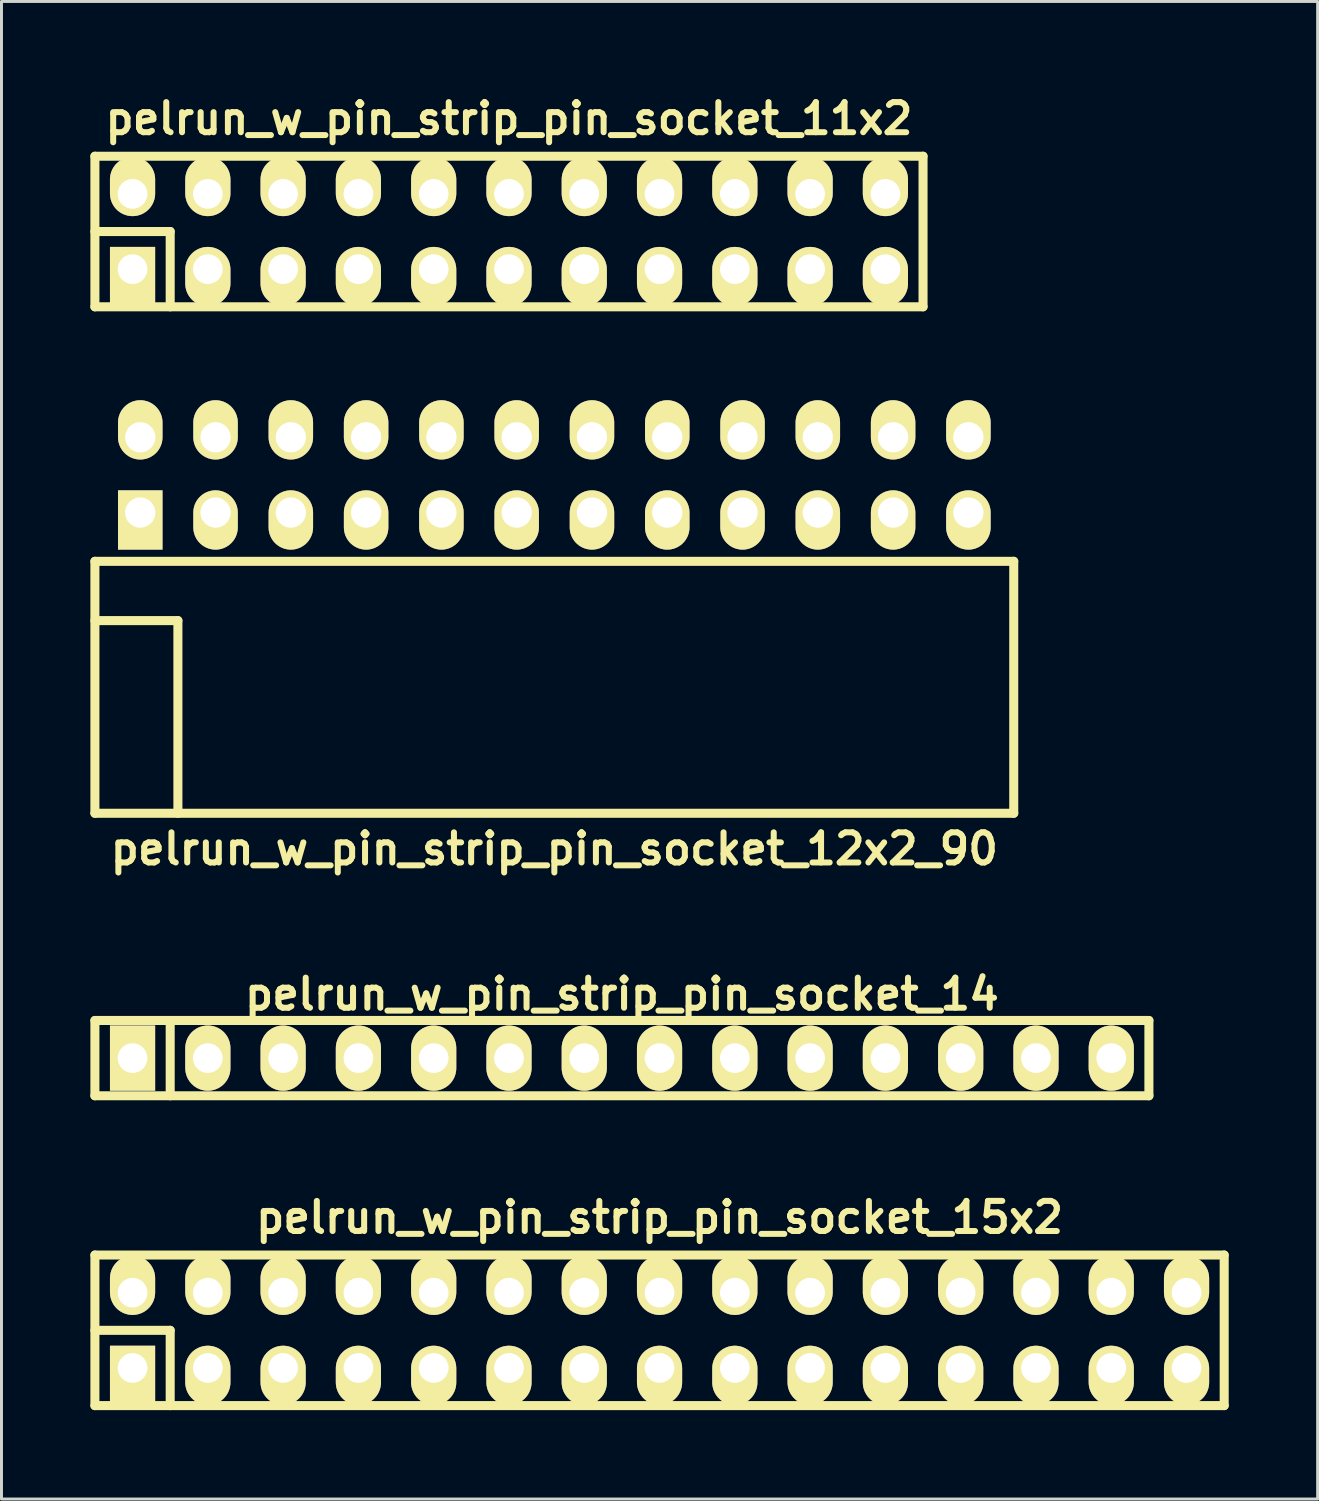
<source format=kicad_pcb>
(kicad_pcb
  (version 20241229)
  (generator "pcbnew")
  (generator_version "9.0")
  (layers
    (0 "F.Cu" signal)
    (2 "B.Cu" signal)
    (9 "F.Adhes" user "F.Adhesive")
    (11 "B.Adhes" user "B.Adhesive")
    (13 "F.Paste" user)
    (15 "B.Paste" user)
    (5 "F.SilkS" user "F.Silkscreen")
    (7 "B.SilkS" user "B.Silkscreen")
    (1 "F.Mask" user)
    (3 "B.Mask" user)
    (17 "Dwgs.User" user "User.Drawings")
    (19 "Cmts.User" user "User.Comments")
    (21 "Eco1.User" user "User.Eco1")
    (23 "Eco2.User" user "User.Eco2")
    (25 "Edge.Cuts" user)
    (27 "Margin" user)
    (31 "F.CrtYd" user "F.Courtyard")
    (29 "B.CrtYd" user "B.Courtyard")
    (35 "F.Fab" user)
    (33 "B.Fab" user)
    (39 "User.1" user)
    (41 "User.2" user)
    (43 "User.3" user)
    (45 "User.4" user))
  (footprint "pelrun_w_pin_strip_pin_socket_14"
    (layer "F.Cu")
    (at 17.932 32.649)
    (property "Reference" "pelrun_w_pin_strip_pin_socket_14" (at 0 -2.159 0) (layer "F.SilkS") (effects (font (size 1.016 1.016) (thickness 0.203))))
    (attr through_hole)
    (fp_line (start -17.78 -1.27) (end 17.78 -1.27) (stroke (width 0.305) (type solid)) (layer "F.SilkS"))
    (fp_line (start -17.78 1.27) (end -17.78 -1.27) (stroke (width 0.305) (type solid)) (layer "F.SilkS"))
    (fp_line (start -15.24 -1.27) (end -15.24 1.27) (stroke (width 0.305) (type solid)) (layer "F.SilkS"))
    (fp_line (start 17.78 -1.27) (end 17.78 1.27) (stroke (width 0.305) (type solid)) (layer "F.SilkS"))
    (fp_line (start 17.78 1.27) (end -17.78 1.27) (stroke (width 0.305) (type solid)) (layer "F.SilkS"))
    (pad "1" thru_hole rect (at -16.51 0) (size 1.524 2.2) (drill 1.001) (layers "*.Cu" "*.Mask" "F.SilkS"))
    (pad "2" thru_hole oval (at -13.97 0) (size 1.524 2.2) (drill 1.001) (layers "*.Cu" "*.Mask" "F.SilkS"))
    (pad "3" thru_hole oval (at -11.43 0) (size 1.524 2.2) (drill 1.001) (layers "*.Cu" "*.Mask" "F.SilkS"))
    (pad "4" thru_hole oval (at -8.89 0) (size 1.524 2.2) (drill 1.001) (layers "*.Cu" "*.Mask" "F.SilkS"))
    (pad "5" thru_hole oval (at -6.35 0) (size 1.524 2.2) (drill 1.001) (layers "*.Cu" "*.Mask" "F.SilkS"))
    (pad "6" thru_hole oval (at -3.81 0) (size 1.524 2.2) (drill 1.001) (layers "*.Cu" "*.Mask" "F.SilkS"))
    (pad "7" thru_hole oval (at -1.27 0) (size 1.524 2.2) (drill 1.001) (layers "*.Cu" "*.Mask" "F.SilkS"))
    (pad "8" thru_hole oval (at 1.27 0) (size 1.524 2.2) (drill 1.001) (layers "*.Cu" "*.Mask" "F.SilkS"))
    (pad "9" thru_hole oval (at 3.81 0) (size 1.524 2.2) (drill 1.001) (layers "*.Cu" "*.Mask" "F.SilkS"))
    (pad "10" thru_hole oval (at 6.35 0) (size 1.524 2.2) (drill 1.001) (layers "*.Cu" "*.Mask" "F.SilkS"))
    (pad "11" thru_hole oval (at 8.89 0) (size 1.524 2.2) (drill 1.001) (layers "*.Cu" "*.Mask" "F.SilkS"))
    (pad "12" thru_hole oval (at 11.43 0) (size 1.524 2.2) (drill 1.001) (layers "*.Cu" "*.Mask" "F.SilkS"))
    (pad "13" thru_hole oval (at 13.97 0) (size 1.524 2.2) (drill 1.001) (layers "*.Cu" "*.Mask" "F.SilkS"))
    (pad "14" thru_hole oval (at 16.51 0) (size 1.524 2.2) (drill 1.001) (layers "*.Cu" "*.Mask" "F.SilkS")))
  (footprint "pelrun_w_pin_strip_pin_socket_12x2_90"
    (layer "F.Cu")
    (at 15.652 17.888)
    (property "Reference" "pelrun_w_pin_strip_pin_socket_12x2_90" (at 0 7.7 0) (layer "F.SilkS") (effects (font (size 1.016 1.016) (thickness 0.203))))
    (attr through_hole)
    (fp_line (start -15.5 -2) (end -15.5 6.5) (stroke (width 0.305) (type solid)) (layer "F.SilkS"))
    (fp_line (start -15.5 -2) (end 15.5 -2) (stroke (width 0.305) (type solid)) (layer "F.SilkS"))
    (fp_line (start -15.5 0) (end -12.7 0) (stroke (width 0.305) (type solid)) (layer "F.SilkS"))
    (fp_line (start -15.5 6.5) (end 15.5 6.5) (stroke (width 0.305) (type solid)) (layer "F.SilkS"))
    (fp_line (start -12.7 0) (end -12.7 6.5) (stroke (width 0.305) (type solid)) (layer "F.SilkS"))
    (fp_line (start 15.5 -2) (end 15.5 6.5) (stroke (width 0.305) (type solid)) (layer "F.SilkS"))
    (pad "1" thru_hole rect (at -13.97 -3.645) (size 1.5 2) (drill 1.02 (offset 0 0.25)) (layers "*.Cu" "*.Mask" "F.SilkS"))
    (pad "2" thru_hole oval (at -13.97 -6.185) (size 1.5 2) (drill 1.02 (offset 0 -0.25)) (layers "*.Cu" "*.Mask" "F.SilkS"))
    (pad "3" thru_hole oval (at -11.43 -3.645) (size 1.5 2) (drill 1.02 (offset 0 0.25)) (layers "*.Cu" "*.Mask" "F.SilkS"))
    (pad "4" thru_hole oval (at -11.43 -6.185) (size 1.5 2) (drill 1.02 (offset 0 -0.25)) (layers "*.Cu" "*.Mask" "F.SilkS"))
    (pad "5" thru_hole oval (at -8.89 -3.645) (size 1.5 2) (drill 1.02 (offset 0 0.25)) (layers "*.Cu" "*.Mask" "F.SilkS"))
    (pad "6" thru_hole oval (at -8.89 -6.185) (size 1.5 2) (drill 1.02 (offset 0 -0.25)) (layers "*.Cu" "*.Mask" "F.SilkS"))
    (pad "7" thru_hole oval (at -6.35 -3.645) (size 1.5 2) (drill 1.02 (offset 0 0.25)) (layers "*.Cu" "*.Mask" "F.SilkS"))
    (pad "8" thru_hole oval (at -6.35 -6.185) (size 1.5 2) (drill 1.02 (offset 0 -0.25)) (layers "*.Cu" "*.Mask" "F.SilkS"))
    (pad "9" thru_hole oval (at -3.81 -3.645) (size 1.5 2) (drill 1.02 (offset 0 0.25)) (layers "*.Cu" "*.Mask" "F.SilkS"))
    (pad "10" thru_hole oval (at -3.81 -6.185) (size 1.5 2) (drill 1.02 (offset 0 -0.25)) (layers "*.Cu" "*.Mask" "F.SilkS"))
    (pad "11" thru_hole oval (at -1.27 -3.645) (size 1.5 2) (drill 1.02 (offset 0 0.25)) (layers "*.Cu" "*.Mask" "F.SilkS"))
    (pad "12" thru_hole oval (at -1.27 -6.185) (size 1.5 2) (drill 1.02 (offset 0 -0.25)) (layers "*.Cu" "*.Mask" "F.SilkS"))
    (pad "13" thru_hole oval (at 1.27 -3.645) (size 1.5 2) (drill 1.02 (offset 0 0.25)) (layers "*.Cu" "*.Mask" "F.SilkS"))
    (pad "14" thru_hole oval (at 1.27 -6.185) (size 1.5 2) (drill 1.02 (offset 0 -0.25)) (layers "*.Cu" "*.Mask" "F.SilkS"))
    (pad "15" thru_hole oval (at 3.81 -3.645) (size 1.5 2) (drill 1.02 (offset 0 0.25)) (layers "*.Cu" "*.Mask" "F.SilkS"))
    (pad "16" thru_hole oval (at 3.81 -6.185) (size 1.5 2) (drill 1.02 (offset 0 -0.25)) (layers "*.Cu" "*.Mask" "F.SilkS"))
    (pad "17" thru_hole oval (at 6.35 -3.645) (size 1.5 2) (drill 1.02 (offset 0 0.25)) (layers "*.Cu" "*.Mask" "F.SilkS"))
    (pad "18" thru_hole oval (at 6.35 -6.185) (size 1.5 2) (drill 1.02 (offset 0 -0.25)) (layers "*.Cu" "*.Mask" "F.SilkS"))
    (pad "19" thru_hole oval (at 8.89 -3.645) (size 1.5 2) (drill 1.02 (offset 0 0.25)) (layers "*.Cu" "*.Mask" "F.SilkS"))
    (pad "20" thru_hole oval (at 8.89 -6.185) (size 1.5 2) (drill 1.02 (offset 0 -0.25)) (layers "*.Cu" "*.Mask" "F.SilkS"))
    (pad "21" thru_hole oval (at 11.43 -3.645) (size 1.5 2) (drill 1.02 (offset 0 0.25)) (layers "*.Cu" "*.Mask" "F.SilkS"))
    (pad "22" thru_hole oval (at 11.43 -6.185) (size 1.5 2) (drill 1.02 (offset 0 -0.25)) (layers "*.Cu" "*.Mask" "F.SilkS"))
    (pad "23" thru_hole oval (at 13.97 -3.645) (size 1.5 2) (drill 1.02 (offset 0 0.25)) (layers "*.Cu" "*.Mask" "F.SilkS"))
    (pad "24" thru_hole oval (at 13.97 -6.185) (size 1.5 2) (drill 1.02 (offset 0 -0.25)) (layers "*.Cu" "*.Mask" "F.SilkS")))
  (footprint "pelrun_w_pin_strip_pin_socket_15x2"
    (layer "F.Cu")
    (at 19.202 41.833)
    (property "Reference" "pelrun_w_pin_strip_pin_socket_15x2" (at 0 -3.81 0) (layer "F.SilkS") (effects (font (size 1.016 1.016) (thickness 0.203))))
    (attr through_hole)
    (fp_line (start -19.05 -2.54) (end -19.05 2.54) (stroke (width 0.305) (type solid)) (layer "F.SilkS"))
    (fp_line (start -19.05 -2.54) (end 19.05 -2.54) (stroke (width 0.305) (type solid)) (layer "F.SilkS"))
    (fp_line (start -19.05 0) (end -16.51 0) (stroke (width 0.305) (type solid)) (layer "F.SilkS"))
    (fp_line (start -16.51 0) (end -16.51 2.54) (stroke (width 0.305) (type solid)) (layer "F.SilkS"))
    (fp_line (start 19.05 2.54) (end -19.05 2.54) (stroke (width 0.305) (type solid)) (layer "F.SilkS"))
    (fp_line (start 19.05 2.54) (end 19.05 -2.54) (stroke (width 0.305) (type solid)) (layer "F.SilkS"))
    (pad "1" thru_hole rect (at -17.78 1.27) (size 1.524 1.999) (drill 1.001 (offset 0 0.249)) (layers "*.Cu" "*.Mask" "F.SilkS"))
    (pad "2" thru_hole oval (at -17.78 -1.27) (size 1.524 1.999) (drill 1.001 (offset 0 -0.249)) (layers "*.Cu" "*.Mask" "F.SilkS"))
    (pad "3" thru_hole oval (at -15.24 1.27) (size 1.524 1.999) (drill 1.001 (offset 0 0.249)) (layers "*.Cu" "*.Mask" "F.SilkS"))
    (pad "4" thru_hole oval (at -15.24 -1.27) (size 1.524 1.999) (drill 1.001 (offset 0 -0.249)) (layers "*.Cu" "*.Mask" "F.SilkS"))
    (pad "5" thru_hole oval (at -12.7 1.27) (size 1.524 1.999) (drill 1.001 (offset 0 0.249)) (layers "*.Cu" "*.Mask" "F.SilkS"))
    (pad "6" thru_hole oval (at -12.7 -1.27) (size 1.524 1.999) (drill 1.001 (offset 0 -0.249)) (layers "*.Cu" "*.Mask" "F.SilkS"))
    (pad "7" thru_hole oval (at -10.16 1.27) (size 1.524 1.999) (drill 1.001 (offset 0 0.249)) (layers "*.Cu" "*.Mask" "F.SilkS"))
    (pad "8" thru_hole oval (at -10.16 -1.27) (size 1.524 1.999) (drill 1.001 (offset 0 -0.249)) (layers "*.Cu" "*.Mask" "F.SilkS"))
    (pad "9" thru_hole oval (at -7.62 1.27) (size 1.524 1.999) (drill 1.001 (offset 0 0.249)) (layers "*.Cu" "*.Mask" "F.SilkS"))
    (pad "10" thru_hole oval (at -7.62 -1.27) (size 1.524 1.999) (drill 1.001 (offset 0 -0.249)) (layers "*.Cu" "*.Mask" "F.SilkS"))
    (pad "11" thru_hole oval (at -5.08 1.27) (size 1.524 1.999) (drill 1.001 (offset 0 0.249)) (layers "*.Cu" "*.Mask" "F.SilkS"))
    (pad "12" thru_hole oval (at -5.08 -1.27) (size 1.524 1.999) (drill 1.001 (offset 0 -0.249)) (layers "*.Cu" "*.Mask" "F.SilkS"))
    (pad "13" thru_hole oval (at -2.54 1.27) (size 1.524 1.999) (drill 1.001 (offset 0 0.249)) (layers "*.Cu" "*.Mask" "F.SilkS"))
    (pad "14" thru_hole oval (at -2.54 -1.27) (size 1.524 1.999) (drill 1.001 (offset 0 -0.249)) (layers "*.Cu" "*.Mask" "F.SilkS"))
    (pad "15" thru_hole oval (at 0 1.27) (size 1.524 1.999) (drill 1.001 (offset 0 0.249)) (layers "*.Cu" "*.Mask" "F.SilkS"))
    (pad "16" thru_hole oval (at 0 -1.27) (size 1.524 1.999) (drill 1.001 (offset 0 -0.249)) (layers "*.Cu" "*.Mask" "F.SilkS"))
    (pad "17" thru_hole oval (at 2.54 1.27) (size 1.524 1.999) (drill 1.001 (offset 0 0.249)) (layers "*.Cu" "*.Mask" "F.SilkS"))
    (pad "18" thru_hole oval (at 2.54 -1.27) (size 1.524 1.999) (drill 1.001 (offset 0 -0.249)) (layers "*.Cu" "*.Mask" "F.SilkS"))
    (pad "19" thru_hole oval (at 5.08 1.27) (size 1.524 1.999) (drill 1.001 (offset 0 0.249)) (layers "*.Cu" "*.Mask" "F.SilkS"))
    (pad "20" thru_hole oval (at 5.08 -1.27) (size 1.524 1.999) (drill 1.001 (offset 0 -0.249)) (layers "*.Cu" "*.Mask" "F.SilkS"))
    (pad "21" thru_hole oval (at 7.62 1.27) (size 1.524 1.999) (drill 1.001 (offset 0 0.249)) (layers "*.Cu" "*.Mask" "F.SilkS"))
    (pad "22" thru_hole oval (at 7.62 -1.27) (size 1.524 1.999) (drill 1.001 (offset 0 -0.249)) (layers "*.Cu" "*.Mask" "F.SilkS"))
    (pad "23" thru_hole oval (at 10.16 1.27) (size 1.524 1.999) (drill 1.001 (offset 0 0.249)) (layers "*.Cu" "*.Mask" "F.SilkS"))
    (pad "24" thru_hole oval (at 10.16 -1.27) (size 1.524 1.999) (drill 1.001 (offset 0 -0.249)) (layers "*.Cu" "*.Mask" "F.SilkS"))
    (pad "25" thru_hole oval (at 12.7 1.27) (size 1.524 1.999) (drill 1.001 (offset 0 0.249)) (layers "*.Cu" "*.Mask" "F.SilkS"))
    (pad "26" thru_hole oval (at 12.7 -1.27) (size 1.524 1.999) (drill 1.001 (offset 0 -0.249)) (layers "*.Cu" "*.Mask" "F.SilkS"))
    (pad "27" thru_hole oval (at 15.24 1.27) (size 1.524 1.999) (drill 1.001 (offset 0 0.249)) (layers "*.Cu" "*.Mask" "F.SilkS"))
    (pad "28" thru_hole oval (at 15.24 -1.27) (size 1.524 1.999) (drill 1.001 (offset 0 -0.249)) (layers "*.Cu" "*.Mask" "F.SilkS"))
    (pad "29" thru_hole oval (at 17.78 1.27) (size 1.524 1.999) (drill 1.001 (offset 0 0.249)) (layers "*.Cu" "*.Mask" "F.SilkS"))
    (pad "30" thru_hole oval (at 17.78 -1.27) (size 1.524 1.999) (drill 1.001 (offset 0 -0.249)) (layers "*.Cu" "*.Mask" "F.SilkS")))
  (footprint "pelrun_w_pin_strip_pin_socket_11x2"
    (layer "F.Cu")
    (at 14.122 4.761)
    (property "Reference" "pelrun_w_pin_strip_pin_socket_11x2" (at 0 -3.81 0) (layer "F.SilkS") (effects (font (size 1.016 1.016) (thickness 0.203))))
    (attr through_hole)
    (fp_line (start -13.97 -2.54) (end -13.97 2.54) (stroke (width 0.305) (type solid)) (layer "F.SilkS"))
    (fp_line (start -13.97 -2.54) (end 13.97 -2.54) (stroke (width 0.305) (type solid)) (layer "F.SilkS"))
    (fp_line (start -13.97 0) (end -11.43 0) (stroke (width 0.305) (type solid)) (layer "F.SilkS"))
    (fp_line (start -11.43 0) (end -11.43 2.54) (stroke (width 0.305) (type solid)) (layer "F.SilkS"))
    (fp_line (start 13.97 2.54) (end -13.97 2.54) (stroke (width 0.305) (type solid)) (layer "F.SilkS"))
    (fp_line (start 13.97 2.54) (end 13.97 -2.54) (stroke (width 0.305) (type solid)) (layer "F.SilkS"))
    (pad "1" thru_hole rect (at -12.7 1.27) (size 1.524 1.999) (drill 1.001 (offset 0 0.249)) (layers "*.Cu" "*.Mask" "F.SilkS"))
    (pad "2" thru_hole oval (at -12.7 -1.27) (size 1.524 1.999) (drill 1.001 (offset 0 -0.249)) (layers "*.Cu" "*.Mask" "F.SilkS"))
    (pad "3" thru_hole oval (at -10.16 1.27) (size 1.524 1.999) (drill 1.001 (offset 0 0.249)) (layers "*.Cu" "*.Mask" "F.SilkS"))
    (pad "4" thru_hole oval (at -10.16 -1.27) (size 1.524 1.999) (drill 1.001 (offset 0 -0.249)) (layers "*.Cu" "*.Mask" "F.SilkS"))
    (pad "5" thru_hole oval (at -7.62 1.27) (size 1.524 1.999) (drill 1.001 (offset 0 0.249)) (layers "*.Cu" "*.Mask" "F.SilkS"))
    (pad "6" thru_hole oval (at -7.62 -1.27) (size 1.524 1.999) (drill 1.001 (offset 0 -0.249)) (layers "*.Cu" "*.Mask" "F.SilkS"))
    (pad "7" thru_hole oval (at -5.08 1.27) (size 1.524 1.999) (drill 1.001 (offset 0 0.249)) (layers "*.Cu" "*.Mask" "F.SilkS"))
    (pad "8" thru_hole oval (at -5.08 -1.27) (size 1.524 1.999) (drill 1.001 (offset 0 -0.249)) (layers "*.Cu" "*.Mask" "F.SilkS"))
    (pad "9" thru_hole oval (at -2.54 1.27) (size 1.524 1.999) (drill 1.001 (offset 0 0.249)) (layers "*.Cu" "*.Mask" "F.SilkS"))
    (pad "10" thru_hole oval (at -2.54 -1.27) (size 1.524 1.999) (drill 1.001 (offset 0 -0.249)) (layers "*.Cu" "*.Mask" "F.SilkS"))
    (pad "11" thru_hole oval (at 0 1.27) (size 1.524 1.999) (drill 1.001 (offset 0 0.249)) (layers "*.Cu" "*.Mask" "F.SilkS"))
    (pad "12" thru_hole oval (at 0 -1.27) (size 1.524 1.999) (drill 1.001 (offset 0 -0.249)) (layers "*.Cu" "*.Mask" "F.SilkS"))
    (pad "13" thru_hole oval (at 2.54 1.27) (size 1.524 1.999) (drill 1.001 (offset 0 0.249)) (layers "*.Cu" "*.Mask" "F.SilkS"))
    (pad "14" thru_hole oval (at 2.54 -1.27) (size 1.524 1.999) (drill 1.001 (offset 0 -0.249)) (layers "*.Cu" "*.Mask" "F.SilkS"))
    (pad "15" thru_hole oval (at 5.08 1.27) (size 1.524 1.999) (drill 1.001 (offset 0 0.249)) (layers "*.Cu" "*.Mask" "F.SilkS"))
    (pad "16" thru_hole oval (at 5.08 -1.27) (size 1.524 1.999) (drill 1.001 (offset 0 -0.249)) (layers "*.Cu" "*.Mask" "F.SilkS"))
    (pad "17" thru_hole oval (at 7.62 1.27) (size 1.524 1.999) (drill 1.001 (offset 0 0.249)) (layers "*.Cu" "*.Mask" "F.SilkS"))
    (pad "18" thru_hole oval (at 7.62 -1.27) (size 1.524 1.999) (drill 1.001 (offset 0 -0.249)) (layers "*.Cu" "*.Mask" "F.SilkS"))
    (pad "19" thru_hole oval (at 10.16 1.27) (size 1.524 1.999) (drill 1.001 (offset 0 0.249)) (layers "*.Cu" "*.Mask" "F.SilkS"))
    (pad "20" thru_hole oval (at 10.16 -1.27) (size 1.524 1.999) (drill 1.001 (offset 0 -0.249)) (layers "*.Cu" "*.Mask" "F.SilkS"))
    (pad "21" thru_hole oval (at 12.7 1.27) (size 1.524 1.999) (drill 1.001 (offset 0 0.249)) (layers "*.Cu" "*.Mask" "F.SilkS"))
    (pad "22" thru_hole oval (at 12.7 -1.27) (size 1.524 1.999) (drill 1.001 (offset 0 -0.249)) (layers "*.Cu" "*.Mask" "F.SilkS")))
  (gr_rect
    (start -3 -3)
    (end 41.405 47.525)
    (stroke (width 0.1) (type default))
    (fill no)
    (layer "Edge.Cuts")))
</source>
